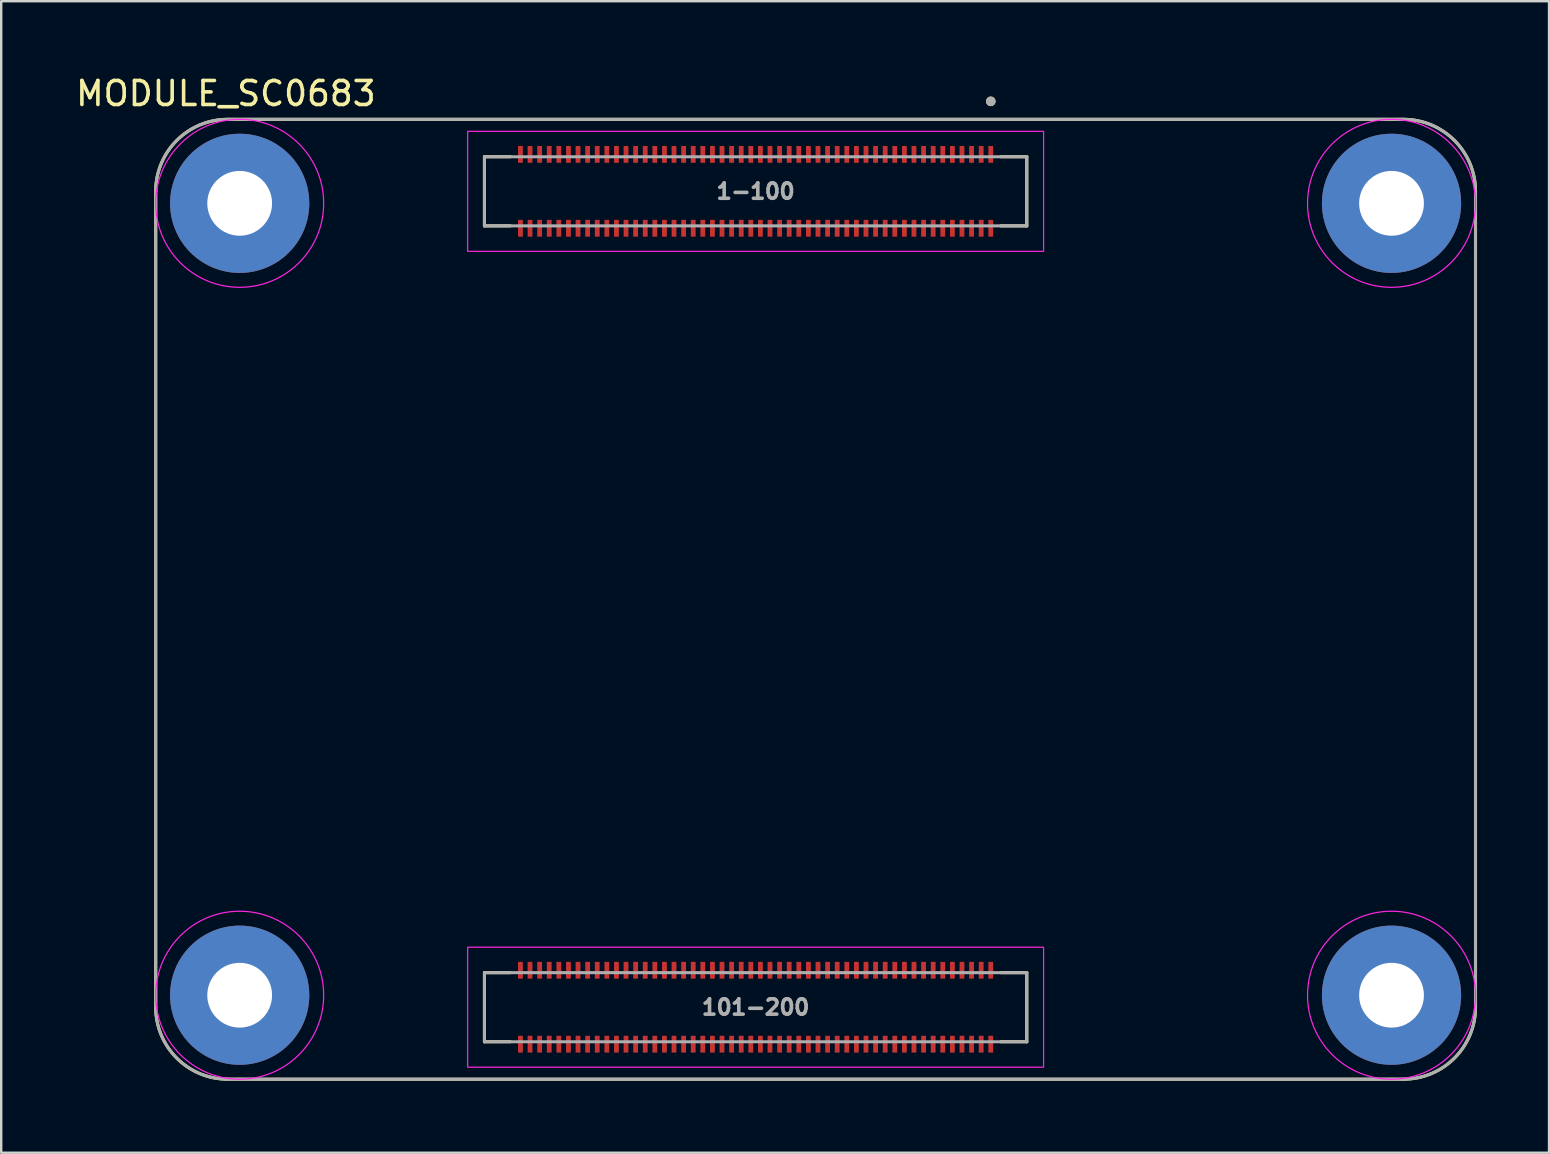
<source format=kicad_pcb>
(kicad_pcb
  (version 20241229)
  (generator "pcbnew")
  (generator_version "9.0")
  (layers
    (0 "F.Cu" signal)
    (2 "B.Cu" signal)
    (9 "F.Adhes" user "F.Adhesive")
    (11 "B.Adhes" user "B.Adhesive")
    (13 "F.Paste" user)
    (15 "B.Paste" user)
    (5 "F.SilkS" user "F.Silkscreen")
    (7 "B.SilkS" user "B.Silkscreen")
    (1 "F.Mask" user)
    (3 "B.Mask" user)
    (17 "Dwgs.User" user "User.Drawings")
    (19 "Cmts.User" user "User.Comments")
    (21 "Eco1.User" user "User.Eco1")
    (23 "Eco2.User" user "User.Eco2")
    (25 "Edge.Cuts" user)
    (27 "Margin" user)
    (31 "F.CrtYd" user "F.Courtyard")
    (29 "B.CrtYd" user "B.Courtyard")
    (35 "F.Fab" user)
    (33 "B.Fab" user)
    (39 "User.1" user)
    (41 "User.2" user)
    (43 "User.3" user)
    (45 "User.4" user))
  (footprint "MODULE_SC0683"
    (layer "F.Cu")
    (at 30.938 21.923)
    (property "Reference" "MODULE_SC0683" (at -24.575 -21.075 0) (layer "F.SilkS") (effects (font (size 1 1) (thickness 0.15))))
    (attr smd)
    (fp_line (start -27.5 -17) (end -27.5 17) (stroke (width 0.127) (type solid)) (layer "F.SilkS"))
    (fp_line (start -24.5 20) (end 24.5 20) (stroke (width 0.127) (type solid)) (layer "F.SilkS"))
    (fp_line (start -13.8 -18.44) (end -13.8 -15.56) (stroke (width 0.127) (type solid)) (layer "F.SilkS"))
    (fp_line (start -13.8 -15.56) (end -12.72 -15.56) (stroke (width 0.127) (type solid)) (layer "F.SilkS"))
    (fp_line (start -13.8 15.56) (end -13.8 18.44) (stroke (width 0.127) (type solid)) (layer "F.SilkS"))
    (fp_line (start -13.8 18.44) (end -12.72 18.44) (stroke (width 0.127) (type solid)) (layer "F.SilkS"))
    (fp_line (start -12.72 -18.44) (end -13.8 -18.44) (stroke (width 0.127) (type solid)) (layer "F.SilkS"))
    (fp_line (start -12.72 15.56) (end -13.8 15.56) (stroke (width 0.127) (type solid)) (layer "F.SilkS"))
    (fp_line (start 7.72 -18.44) (end 8.8 -18.44) (stroke (width 0.127) (type solid)) (layer "F.SilkS"))
    (fp_line (start 7.72 15.56) (end 8.8 15.56) (stroke (width 0.127) (type solid)) (layer "F.SilkS"))
    (fp_line (start 8.8 -18.44) (end 8.8 -15.56) (stroke (width 0.127) (type solid)) (layer "F.SilkS"))
    (fp_line (start 8.8 -15.56) (end 7.72 -15.56) (stroke (width 0.127) (type solid)) (layer "F.SilkS"))
    (fp_line (start 8.8 15.56) (end 8.8 18.44) (stroke (width 0.127) (type solid)) (layer "F.SilkS"))
    (fp_line (start 8.8 18.44) (end 7.72 18.44) (stroke (width 0.127) (type solid)) (layer "F.SilkS"))
    (fp_line (start 24.5 -20) (end -24.5 -20) (stroke (width 0.127) (type solid)) (layer "F.SilkS"))
    (fp_line (start 27.5 17) (end 27.5 -17) (stroke (width 0.127) (type solid)) (layer "F.SilkS"))
    (fp_arc (start -27.5 -17) (mid -26.62132 -19.12132) (end -24.5 -20) (stroke (width 0.127) (type solid)) (layer "F.SilkS"))
    (fp_arc (start -24.5 20) (mid -26.62132 19.12132) (end -27.5 17) (stroke (width 0.127) (type solid)) (layer "F.SilkS"))
    (fp_arc (start 24.5 -20) (mid 26.62132 -19.12132) (end 27.5 -17) (stroke (width 0.127) (type solid)) (layer "F.SilkS"))
    (fp_arc (start 27.5 17) (mid 26.62132 19.12132) (end 24.5 20) (stroke (width 0.127) (type solid)) (layer "F.SilkS"))
    (fp_circle (center 7.3 -20.75) (end 7.4 -20.75) (stroke (width 0.2) (type solid)) (fill no) (layer "F.SilkS"))
    (fp_rect (start -14.5 -19.5) (end 9.5 -14.5) (stroke (width 0.05) (type default)) (fill no) (layer "F.CrtYd"))
    (fp_rect (start -14.5 14.5) (end 9.5 19.5) (stroke (width 0.05) (type default)) (fill no) (layer "F.CrtYd"))
    (fp_circle (center -24 -16.5) (end -20.5 -16.5) (stroke (width 0.05) (type default)) (fill no) (layer "F.CrtYd"))
    (fp_circle (center -24 16.5) (end -20.5 16.5) (stroke (width 0.05) (type default)) (fill no) (layer "F.CrtYd"))
    (fp_circle (center 24 -16.5) (end 27.5 -16.5) (stroke (width 0.05) (type default)) (fill no) (layer "F.CrtYd"))
    (fp_circle (center 24 16.5) (end 27.5 16.5) (stroke (width 0.05) (type default)) (fill no) (layer "F.CrtYd"))
    (fp_line (start -27.5 -17) (end -27.5 17) (stroke (width 0.127) (type solid)) (layer "F.Fab"))
    (fp_line (start -24.5 20) (end 24.5 20) (stroke (width 0.127) (type solid)) (layer "F.Fab"))
    (fp_line (start -13.8 -18.44) (end 8.8 -18.44) (stroke (width 0.127) (type solid)) (layer "F.Fab"))
    (fp_line (start -13.8 -15.56) (end -13.8 -18.44) (stroke (width 0.127) (type solid)) (layer "F.Fab"))
    (fp_line (start -13.8 15.56) (end 8.8 15.56) (stroke (width 0.127) (type solid)) (layer "F.Fab"))
    (fp_line (start -13.8 18.44) (end -13.8 15.56) (stroke (width 0.127) (type solid)) (layer "F.Fab"))
    (fp_line (start 8.8 -18.44) (end 8.8 -15.56) (stroke (width 0.127) (type solid)) (layer "F.Fab"))
    (fp_line (start 8.8 -15.56) (end -13.8 -15.56) (stroke (width 0.127) (type solid)) (layer "F.Fab"))
    (fp_line (start 8.8 15.56) (end 8.8 18.44) (stroke (width 0.127) (type solid)) (layer "F.Fab"))
    (fp_line (start 8.8 18.44) (end -13.8 18.44) (stroke (width 0.127) (type solid)) (layer "F.Fab"))
    (fp_line (start 24.5 -20) (end -24.5 -20) (stroke (width 0.127) (type solid)) (layer "F.Fab"))
    (fp_line (start 27.5 17) (end 27.5 -17) (stroke (width 0.127) (type solid)) (layer "F.Fab"))
    (fp_arc (start -27.5 -17) (mid -26.62132 -19.12132) (end -24.5 -20) (stroke (width 0.127) (type solid)) (layer "F.Fab"))
    (fp_arc (start -24.5 20) (mid -26.62132 19.12132) (end -27.5 17) (stroke (width 0.127) (type solid)) (layer "F.Fab"))
    (fp_arc (start 24.5 -20) (mid 26.62132 -19.12132) (end 27.5 -17) (stroke (width 0.127) (type solid)) (layer "F.Fab"))
    (fp_arc (start 27.5 17) (mid 26.62132 19.12132) (end 24.5 20) (stroke (width 0.127) (type solid)) (layer "F.Fab"))
    (fp_circle (center 7.3 -20.75) (end 7.4 -20.75) (stroke (width 0.2) (type solid)) (fill no) (layer "F.Fab"))
    (fp_text user "101-200" (at -2.5 17 0) (layer "F.Fab") (effects (font (size 0.64 0.64) (thickness 0.15))))
    (fp_text user "1-100" (at -2.5 -17 0) (layer "F.Fab") (effects (font (size 0.64 0.64) (thickness 0.15))))
    (pad "1" smd rect (at 7.3 -18.54) (size 0.2 0.7) (layers "F.Cu" "F.Mask" "F.Paste"))
    (pad "2" smd rect (at 7.3 -15.46) (size 0.2 0.7) (layers "F.Cu" "F.Mask" "F.Paste"))
    (pad "3" smd rect (at 6.9 -18.54) (size 0.2 0.7) (layers "F.Cu" "F.Mask" "F.Paste"))
    (pad "4" smd rect (at 6.9 -15.46) (size 0.2 0.7) (layers "F.Cu" "F.Mask" "F.Paste"))
    (pad "5" smd rect (at 6.5 -18.54) (size 0.2 0.7) (layers "F.Cu" "F.Mask" "F.Paste"))
    (pad "6" smd rect (at 6.5 -15.46) (size 0.2 0.7) (layers "F.Cu" "F.Mask" "F.Paste"))
    (pad "7" smd rect (at 6.1 -18.54) (size 0.2 0.7) (layers "F.Cu" "F.Mask" "F.Paste"))
    (pad "8" smd rect (at 6.1 -15.46) (size 0.2 0.7) (layers "F.Cu" "F.Mask" "F.Paste"))
    (pad "9" smd rect (at 5.7 -18.54) (size 0.2 0.7) (layers "F.Cu" "F.Mask" "F.Paste"))
    (pad "10" smd rect (at 5.7 -15.46) (size 0.2 0.7) (layers "F.Cu" "F.Mask" "F.Paste"))
    (pad "11" smd rect (at 5.3 -18.54) (size 0.2 0.7) (layers "F.Cu" "F.Mask" "F.Paste"))
    (pad "12" smd rect (at 5.3 -15.46) (size 0.2 0.7) (layers "F.Cu" "F.Mask" "F.Paste"))
    (pad "13" smd rect (at 4.9 -18.54) (size 0.2 0.7) (layers "F.Cu" "F.Mask" "F.Paste"))
    (pad "14" smd rect (at 4.9 -15.46) (size 0.2 0.7) (layers "F.Cu" "F.Mask" "F.Paste"))
    (pad "15" smd rect (at 4.5 -18.54) (size 0.2 0.7) (layers "F.Cu" "F.Mask" "F.Paste"))
    (pad "16" smd rect (at 4.5 -15.46) (size 0.2 0.7) (layers "F.Cu" "F.Mask" "F.Paste"))
    (pad "17" smd rect (at 4.1 -18.54) (size 0.2 0.7) (layers "F.Cu" "F.Mask" "F.Paste"))
    (pad "18" smd rect (at 4.1 -15.46) (size 0.2 0.7) (layers "F.Cu" "F.Mask" "F.Paste"))
    (pad "19" smd rect (at 3.7 -18.54) (size 0.2 0.7) (layers "F.Cu" "F.Mask" "F.Paste"))
    (pad "20" smd rect (at 3.7 -15.46) (size 0.2 0.7) (layers "F.Cu" "F.Mask" "F.Paste"))
    (pad "21" smd rect (at 3.3 -18.54) (size 0.2 0.7) (layers "F.Cu" "F.Mask" "F.Paste"))
    (pad "22" smd rect (at 3.3 -15.46) (size 0.2 0.7) (layers "F.Cu" "F.Mask" "F.Paste"))
    (pad "23" smd rect (at 2.9 -18.54) (size 0.2 0.7) (layers "F.Cu" "F.Mask" "F.Paste"))
    (pad "24" smd rect (at 2.9 -15.46) (size 0.2 0.7) (layers "F.Cu" "F.Mask" "F.Paste"))
    (pad "25" smd rect (at 2.5 -18.54) (size 0.2 0.7) (layers "F.Cu" "F.Mask" "F.Paste"))
    (pad "26" smd rect (at 2.5 -15.46) (size 0.2 0.7) (layers "F.Cu" "F.Mask" "F.Paste"))
    (pad "27" smd rect (at 2.1 -18.54) (size 0.2 0.7) (layers "F.Cu" "F.Mask" "F.Paste"))
    (pad "28" smd rect (at 2.1 -15.46) (size 0.2 0.7) (layers "F.Cu" "F.Mask" "F.Paste"))
    (pad "29" smd rect (at 1.7 -18.54) (size 0.2 0.7) (layers "F.Cu" "F.Mask" "F.Paste"))
    (pad "30" smd rect (at 1.7 -15.46) (size 0.2 0.7) (layers "F.Cu" "F.Mask" "F.Paste"))
    (pad "31" smd rect (at 1.3 -18.54) (size 0.2 0.7) (layers "F.Cu" "F.Mask" "F.Paste"))
    (pad "32" smd rect (at 1.3 -15.46) (size 0.2 0.7) (layers "F.Cu" "F.Mask" "F.Paste"))
    (pad "33" smd rect (at 0.9 -18.54) (size 0.2 0.7) (layers "F.Cu" "F.Mask" "F.Paste"))
    (pad "34" smd rect (at 0.9 -15.46) (size 0.2 0.7) (layers "F.Cu" "F.Mask" "F.Paste"))
    (pad "35" smd rect (at 0.5 -18.54) (size 0.2 0.7) (layers "F.Cu" "F.Mask" "F.Paste"))
    (pad "36" smd rect (at 0.5 -15.46) (size 0.2 0.7) (layers "F.Cu" "F.Mask" "F.Paste"))
    (pad "37" smd rect (at 0.1 -18.54) (size 0.2 0.7) (layers "F.Cu" "F.Mask" "F.Paste"))
    (pad "38" smd rect (at 0.1 -15.46) (size 0.2 0.7) (layers "F.Cu" "F.Mask" "F.Paste"))
    (pad "39" smd rect (at -0.3 -18.54) (size 0.2 0.7) (layers "F.Cu" "F.Mask" "F.Paste"))
    (pad "40" smd rect (at -0.3 -15.46) (size 0.2 0.7) (layers "F.Cu" "F.Mask" "F.Paste"))
    (pad "41" smd rect (at -0.7 -18.54) (size 0.2 0.7) (layers "F.Cu" "F.Mask" "F.Paste"))
    (pad "42" smd rect (at -0.7 -15.46) (size 0.2 0.7) (layers "F.Cu" "F.Mask" "F.Paste"))
    (pad "43" smd rect (at -1.1 -18.54) (size 0.2 0.7) (layers "F.Cu" "F.Mask" "F.Paste"))
    (pad "44" smd rect (at -1.1 -15.46) (size 0.2 0.7) (layers "F.Cu" "F.Mask" "F.Paste"))
    (pad "45" smd rect (at -1.5 -18.54) (size 0.2 0.7) (layers "F.Cu" "F.Mask" "F.Paste"))
    (pad "46" smd rect (at -1.5 -15.46) (size 0.2 0.7) (layers "F.Cu" "F.Mask" "F.Paste"))
    (pad "47" smd rect (at -1.9 -18.54) (size 0.2 0.7) (layers "F.Cu" "F.Mask" "F.Paste"))
    (pad "48" smd rect (at -1.9 -15.46) (size 0.2 0.7) (layers "F.Cu" "F.Mask" "F.Paste"))
    (pad "49" smd rect (at -2.3 -18.54) (size 0.2 0.7) (layers "F.Cu" "F.Mask" "F.Paste"))
    (pad "50" smd rect (at -2.3 -15.46) (size 0.2 0.7) (layers "F.Cu" "F.Mask" "F.Paste"))
    (pad "51" smd rect (at -2.7 -18.54) (size 0.2 0.7) (layers "F.Cu" "F.Mask" "F.Paste"))
    (pad "52" smd rect (at -2.7 -15.46) (size 0.2 0.7) (layers "F.Cu" "F.Mask" "F.Paste"))
    (pad "53" smd rect (at -3.1 -18.54) (size 0.2 0.7) (layers "F.Cu" "F.Mask" "F.Paste"))
    (pad "54" smd rect (at -3.1 -15.46) (size 0.2 0.7) (layers "F.Cu" "F.Mask" "F.Paste"))
    (pad "55" smd rect (at -3.5 -18.54) (size 0.2 0.7) (layers "F.Cu" "F.Mask" "F.Paste"))
    (pad "56" smd rect (at -3.5 -15.46) (size 0.2 0.7) (layers "F.Cu" "F.Mask" "F.Paste"))
    (pad "57" smd rect (at -3.9 -18.54) (size 0.2 0.7) (layers "F.Cu" "F.Mask" "F.Paste"))
    (pad "58" smd rect (at -3.9 -15.46) (size 0.2 0.7) (layers "F.Cu" "F.Mask" "F.Paste"))
    (pad "59" smd rect (at -4.3 -18.54) (size 0.2 0.7) (layers "F.Cu" "F.Mask" "F.Paste"))
    (pad "60" smd rect (at -4.3 -15.46) (size 0.2 0.7) (layers "F.Cu" "F.Mask" "F.Paste"))
    (pad "61" smd rect (at -4.7 -18.54) (size 0.2 0.7) (layers "F.Cu" "F.Mask" "F.Paste"))
    (pad "62" smd rect (at -4.7 -15.46) (size 0.2 0.7) (layers "F.Cu" "F.Mask" "F.Paste"))
    (pad "63" smd rect (at -5.1 -18.54) (size 0.2 0.7) (layers "F.Cu" "F.Mask" "F.Paste"))
    (pad "64" smd rect (at -5.1 -15.46) (size 0.2 0.7) (layers "F.Cu" "F.Mask" "F.Paste"))
    (pad "65" smd rect (at -5.5 -18.54) (size 0.2 0.7) (layers "F.Cu" "F.Mask" "F.Paste"))
    (pad "66" smd rect (at -5.5 -15.46) (size 0.2 0.7) (layers "F.Cu" "F.Mask" "F.Paste"))
    (pad "67" smd rect (at -5.9 -18.54) (size 0.2 0.7) (layers "F.Cu" "F.Mask" "F.Paste"))
    (pad "68" smd rect (at -5.9 -15.46) (size 0.2 0.7) (layers "F.Cu" "F.Mask" "F.Paste"))
    (pad "69" smd rect (at -6.3 -18.54) (size 0.2 0.7) (layers "F.Cu" "F.Mask" "F.Paste"))
    (pad "70" smd rect (at -6.3 -15.46) (size 0.2 0.7) (layers "F.Cu" "F.Mask" "F.Paste"))
    (pad "71" smd rect (at -6.7 -18.54) (size 0.2 0.7) (layers "F.Cu" "F.Mask" "F.Paste"))
    (pad "72" smd rect (at -6.7 -15.46) (size 0.2 0.7) (layers "F.Cu" "F.Mask" "F.Paste"))
    (pad "73" smd rect (at -7.1 -18.54) (size 0.2 0.7) (layers "F.Cu" "F.Mask" "F.Paste"))
    (pad "74" smd rect (at -7.1 -15.46) (size 0.2 0.7) (layers "F.Cu" "F.Mask" "F.Paste"))
    (pad "75" smd rect (at -7.5 -18.54) (size 0.2 0.7) (layers "F.Cu" "F.Mask" "F.Paste"))
    (pad "76" smd rect (at -7.5 -15.46) (size 0.2 0.7) (layers "F.Cu" "F.Mask" "F.Paste"))
    (pad "77" smd rect (at -7.9 -18.54) (size 0.2 0.7) (layers "F.Cu" "F.Mask" "F.Paste"))
    (pad "78" smd rect (at -7.9 -15.46) (size 0.2 0.7) (layers "F.Cu" "F.Mask" "F.Paste"))
    (pad "79" smd rect (at -8.3 -18.54) (size 0.2 0.7) (layers "F.Cu" "F.Mask" "F.Paste"))
    (pad "80" smd rect (at -8.3 -15.46) (size 0.2 0.7) (layers "F.Cu" "F.Mask" "F.Paste"))
    (pad "81" smd rect (at -8.7 -18.54) (size 0.2 0.7) (layers "F.Cu" "F.Mask" "F.Paste"))
    (pad "82" smd rect (at -8.7 -15.46) (size 0.2 0.7) (layers "F.Cu" "F.Mask" "F.Paste"))
    (pad "83" smd rect (at -9.1 -18.54) (size 0.2 0.7) (layers "F.Cu" "F.Mask" "F.Paste"))
    (pad "84" smd rect (at -9.1 -15.46) (size 0.2 0.7) (layers "F.Cu" "F.Mask" "F.Paste"))
    (pad "85" smd rect (at -9.5 -18.54) (size 0.2 0.7) (layers "F.Cu" "F.Mask" "F.Paste"))
    (pad "86" smd rect (at -9.5 -15.46) (size 0.2 0.7) (layers "F.Cu" "F.Mask" "F.Paste"))
    (pad "87" smd rect (at -9.9 -18.54) (size 0.2 0.7) (layers "F.Cu" "F.Mask" "F.Paste"))
    (pad "88" smd rect (at -9.9 -15.46) (size 0.2 0.7) (layers "F.Cu" "F.Mask" "F.Paste"))
    (pad "89" smd rect (at -10.3 -18.54) (size 0.2 0.7) (layers "F.Cu" "F.Mask" "F.Paste"))
    (pad "90" smd rect (at -10.3 -15.46) (size 0.2 0.7) (layers "F.Cu" "F.Mask" "F.Paste"))
    (pad "91" smd rect (at -10.7 -18.54) (size 0.2 0.7) (layers "F.Cu" "F.Mask" "F.Paste"))
    (pad "92" smd rect (at -10.7 -15.46) (size 0.2 0.7) (layers "F.Cu" "F.Mask" "F.Paste"))
    (pad "93" smd rect (at -11.1 -18.54) (size 0.2 0.7) (layers "F.Cu" "F.Mask" "F.Paste"))
    (pad "94" smd rect (at -11.1 -15.46) (size 0.2 0.7) (layers "F.Cu" "F.Mask" "F.Paste"))
    (pad "95" smd rect (at -11.5 -18.54) (size 0.2 0.7) (layers "F.Cu" "F.Mask" "F.Paste"))
    (pad "96" smd rect (at -11.5 -15.46) (size 0.2 0.7) (layers "F.Cu" "F.Mask" "F.Paste"))
    (pad "97" smd rect (at -11.9 -18.54) (size 0.2 0.7) (layers "F.Cu" "F.Mask" "F.Paste"))
    (pad "98" smd rect (at -11.9 -15.46) (size 0.2 0.7) (layers "F.Cu" "F.Mask" "F.Paste"))
    (pad "99" smd rect (at -12.3 -18.54) (size 0.2 0.7) (layers "F.Cu" "F.Mask" "F.Paste"))
    (pad "100" smd rect (at -12.3 -15.46) (size 0.2 0.7) (layers "F.Cu" "F.Mask" "F.Paste"))
    (pad "101" smd rect (at 7.3 15.46) (size 0.2 0.7) (layers "F.Cu" "F.Mask" "F.Paste"))
    (pad "102" smd rect (at 7.3 18.54) (size 0.2 0.7) (layers "F.Cu" "F.Mask" "F.Paste"))
    (pad "103" smd rect (at 6.9 15.46) (size 0.2 0.7) (layers "F.Cu" "F.Mask" "F.Paste"))
    (pad "104" smd rect (at 6.9 18.54) (size 0.2 0.7) (layers "F.Cu" "F.Mask" "F.Paste"))
    (pad "105" smd rect (at 6.5 15.46) (size 0.2 0.7) (layers "F.Cu" "F.Mask" "F.Paste"))
    (pad "106" smd rect (at 6.5 18.54) (size 0.2 0.7) (layers "F.Cu" "F.Mask" "F.Paste"))
    (pad "107" smd rect (at 6.1 15.46) (size 0.2 0.7) (layers "F.Cu" "F.Mask" "F.Paste"))
    (pad "108" smd rect (at 6.1 18.54) (size 0.2 0.7) (layers "F.Cu" "F.Mask" "F.Paste"))
    (pad "109" smd rect (at 5.7 15.46) (size 0.2 0.7) (layers "F.Cu" "F.Mask" "F.Paste"))
    (pad "110" smd rect (at 5.7 18.54) (size 0.2 0.7) (layers "F.Cu" "F.Mask" "F.Paste"))
    (pad "111" smd rect (at 5.3 15.46) (size 0.2 0.7) (layers "F.Cu" "F.Mask" "F.Paste"))
    (pad "112" smd rect (at 5.3 18.54) (size 0.2 0.7) (layers "F.Cu" "F.Mask" "F.Paste"))
    (pad "113" smd rect (at 4.9 15.46) (size 0.2 0.7) (layers "F.Cu" "F.Mask" "F.Paste"))
    (pad "114" smd rect (at 4.9 18.54) (size 0.2 0.7) (layers "F.Cu" "F.Mask" "F.Paste"))
    (pad "115" smd rect (at 4.5 15.46) (size 0.2 0.7) (layers "F.Cu" "F.Mask" "F.Paste"))
    (pad "116" smd rect (at 4.5 18.54) (size 0.2 0.7) (layers "F.Cu" "F.Mask" "F.Paste"))
    (pad "117" smd rect (at 4.1 15.46) (size 0.2 0.7) (layers "F.Cu" "F.Mask" "F.Paste"))
    (pad "118" smd rect (at 4.1 18.54) (size 0.2 0.7) (layers "F.Cu" "F.Mask" "F.Paste"))
    (pad "119" smd rect (at 3.7 15.46) (size 0.2 0.7) (layers "F.Cu" "F.Mask" "F.Paste"))
    (pad "120" smd rect (at 3.7 18.54) (size 0.2 0.7) (layers "F.Cu" "F.Mask" "F.Paste"))
    (pad "121" smd rect (at 3.3 15.46) (size 0.2 0.7) (layers "F.Cu" "F.Mask" "F.Paste"))
    (pad "122" smd rect (at 3.3 18.54) (size 0.2 0.7) (layers "F.Cu" "F.Mask" "F.Paste"))
    (pad "123" smd rect (at 2.9 15.46) (size 0.2 0.7) (layers "F.Cu" "F.Mask" "F.Paste"))
    (pad "124" smd rect (at 2.9 18.54) (size 0.2 0.7) (layers "F.Cu" "F.Mask" "F.Paste"))
    (pad "125" smd rect (at 2.5 15.46) (size 0.2 0.7) (layers "F.Cu" "F.Mask" "F.Paste"))
    (pad "126" smd rect (at 2.5 18.54) (size 0.2 0.7) (layers "F.Cu" "F.Mask" "F.Paste"))
    (pad "127" smd rect (at 2.1 15.46) (size 0.2 0.7) (layers "F.Cu" "F.Mask" "F.Paste"))
    (pad "128" smd rect (at 2.1 18.54) (size 0.2 0.7) (layers "F.Cu" "F.Mask" "F.Paste"))
    (pad "129" smd rect (at 1.7 15.46) (size 0.2 0.7) (layers "F.Cu" "F.Mask" "F.Paste"))
    (pad "130" smd rect (at 1.7 18.54) (size 0.2 0.7) (layers "F.Cu" "F.Mask" "F.Paste"))
    (pad "131" smd rect (at 1.3 15.46) (size 0.2 0.7) (layers "F.Cu" "F.Mask" "F.Paste"))
    (pad "132" smd rect (at 1.3 18.54) (size 0.2 0.7) (layers "F.Cu" "F.Mask" "F.Paste"))
    (pad "133" smd rect (at 0.9 15.46) (size 0.2 0.7) (layers "F.Cu" "F.Mask" "F.Paste"))
    (pad "134" smd rect (at 0.9 18.54) (size 0.2 0.7) (layers "F.Cu" "F.Mask" "F.Paste"))
    (pad "135" smd rect (at 0.5 15.46) (size 0.2 0.7) (layers "F.Cu" "F.Mask" "F.Paste"))
    (pad "136" smd rect (at 0.5 18.54) (size 0.2 0.7) (layers "F.Cu" "F.Mask" "F.Paste"))
    (pad "137" smd rect (at 0.1 15.46) (size 0.2 0.7) (layers "F.Cu" "F.Mask" "F.Paste"))
    (pad "138" smd rect (at 0.1 18.54) (size 0.2 0.7) (layers "F.Cu" "F.Mask" "F.Paste"))
    (pad "139" smd rect (at -0.3 15.46) (size 0.2 0.7) (layers "F.Cu" "F.Mask" "F.Paste"))
    (pad "140" smd rect (at -0.3 18.54) (size 0.2 0.7) (layers "F.Cu" "F.Mask" "F.Paste"))
    (pad "141" smd rect (at -0.7 15.46) (size 0.2 0.7) (layers "F.Cu" "F.Mask" "F.Paste"))
    (pad "142" smd rect (at -0.7 18.54) (size 0.2 0.7) (layers "F.Cu" "F.Mask" "F.Paste"))
    (pad "143" smd rect (at -1.1 15.46) (size 0.2 0.7) (layers "F.Cu" "F.Mask" "F.Paste"))
    (pad "144" smd rect (at -1.1 18.54) (size 0.2 0.7) (layers "F.Cu" "F.Mask" "F.Paste"))
    (pad "145" smd rect (at -1.5 15.46) (size 0.2 0.7) (layers "F.Cu" "F.Mask" "F.Paste"))
    (pad "146" smd rect (at -1.5 18.54) (size 0.2 0.7) (layers "F.Cu" "F.Mask" "F.Paste"))
    (pad "147" smd rect (at -1.9 15.46) (size 0.2 0.7) (layers "F.Cu" "F.Mask" "F.Paste"))
    (pad "148" smd rect (at -1.9 18.54) (size 0.2 0.7) (layers "F.Cu" "F.Mask" "F.Paste"))
    (pad "149" smd rect (at -2.3 15.46) (size 0.2 0.7) (layers "F.Cu" "F.Mask" "F.Paste"))
    (pad "150" smd rect (at -2.3 18.54) (size 0.2 0.7) (layers "F.Cu" "F.Mask" "F.Paste"))
    (pad "151" smd rect (at -2.7 15.46) (size 0.2 0.7) (layers "F.Cu" "F.Mask" "F.Paste"))
    (pad "152" smd rect (at -2.7 18.54) (size 0.2 0.7) (layers "F.Cu" "F.Mask" "F.Paste"))
    (pad "153" smd rect (at -3.1 15.46) (size 0.2 0.7) (layers "F.Cu" "F.Mask" "F.Paste"))
    (pad "154" smd rect (at -3.1 18.54) (size 0.2 0.7) (layers "F.Cu" "F.Mask" "F.Paste"))
    (pad "155" smd rect (at -3.5 15.46) (size 0.2 0.7) (layers "F.Cu" "F.Mask" "F.Paste"))
    (pad "156" smd rect (at -3.5 18.54) (size 0.2 0.7) (layers "F.Cu" "F.Mask" "F.Paste"))
    (pad "157" smd rect (at -3.9 15.46) (size 0.2 0.7) (layers "F.Cu" "F.Mask" "F.Paste"))
    (pad "158" smd rect (at -3.9 18.54) (size 0.2 0.7) (layers "F.Cu" "F.Mask" "F.Paste"))
    (pad "159" smd rect (at -4.3 15.46) (size 0.2 0.7) (layers "F.Cu" "F.Mask" "F.Paste"))
    (pad "160" smd rect (at -4.3 18.54) (size 0.2 0.7) (layers "F.Cu" "F.Mask" "F.Paste"))
    (pad "161" smd rect (at -4.7 15.46) (size 0.2 0.7) (layers "F.Cu" "F.Mask" "F.Paste"))
    (pad "162" smd rect (at -4.7 18.54) (size 0.2 0.7) (layers "F.Cu" "F.Mask" "F.Paste"))
    (pad "163" smd rect (at -5.1 15.46) (size 0.2 0.7) (layers "F.Cu" "F.Mask" "F.Paste"))
    (pad "164" smd rect (at -5.1 18.54) (size 0.2 0.7) (layers "F.Cu" "F.Mask" "F.Paste"))
    (pad "165" smd rect (at -5.5 15.46) (size 0.2 0.7) (layers "F.Cu" "F.Mask" "F.Paste"))
    (pad "166" smd rect (at -5.5 18.54) (size 0.2 0.7) (layers "F.Cu" "F.Mask" "F.Paste"))
    (pad "167" smd rect (at -5.9 15.46) (size 0.2 0.7) (layers "F.Cu" "F.Mask" "F.Paste"))
    (pad "168" smd rect (at -5.9 18.54) (size 0.2 0.7) (layers "F.Cu" "F.Mask" "F.Paste"))
    (pad "169" smd rect (at -6.3 15.46) (size 0.2 0.7) (layers "F.Cu" "F.Mask" "F.Paste"))
    (pad "170" smd rect (at -6.3 18.54) (size 0.2 0.7) (layers "F.Cu" "F.Mask" "F.Paste"))
    (pad "171" smd rect (at -6.7 15.46) (size 0.2 0.7) (layers "F.Cu" "F.Mask" "F.Paste"))
    (pad "172" smd rect (at -6.7 18.54) (size 0.2 0.7) (layers "F.Cu" "F.Mask" "F.Paste"))
    (pad "173" smd rect (at -7.1 15.46) (size 0.2 0.7) (layers "F.Cu" "F.Mask" "F.Paste"))
    (pad "174" smd rect (at -7.1 18.54) (size 0.2 0.7) (layers "F.Cu" "F.Mask" "F.Paste"))
    (pad "175" smd rect (at -7.5 15.46) (size 0.2 0.7) (layers "F.Cu" "F.Mask" "F.Paste"))
    (pad "176" smd rect (at -7.5 18.54) (size 0.2 0.7) (layers "F.Cu" "F.Mask" "F.Paste"))
    (pad "177" smd rect (at -7.9 15.46) (size 0.2 0.7) (layers "F.Cu" "F.Mask" "F.Paste"))
    (pad "178" smd rect (at -7.9 18.54) (size 0.2 0.7) (layers "F.Cu" "F.Mask" "F.Paste"))
    (pad "179" smd rect (at -8.3 15.46) (size 0.2 0.7) (layers "F.Cu" "F.Mask" "F.Paste"))
    (pad "180" smd rect (at -8.3 18.54) (size 0.2 0.7) (layers "F.Cu" "F.Mask" "F.Paste"))
    (pad "181" smd rect (at -8.7 15.46) (size 0.2 0.7) (layers "F.Cu" "F.Mask" "F.Paste"))
    (pad "182" smd rect (at -8.7 18.54) (size 0.2 0.7) (layers "F.Cu" "F.Mask" "F.Paste"))
    (pad "183" smd rect (at -9.1 15.46) (size 0.2 0.7) (layers "F.Cu" "F.Mask" "F.Paste"))
    (pad "184" smd rect (at -9.1 18.54) (size 0.2 0.7) (layers "F.Cu" "F.Mask" "F.Paste"))
    (pad "185" smd rect (at -9.5 15.46) (size 0.2 0.7) (layers "F.Cu" "F.Mask" "F.Paste"))
    (pad "186" smd rect (at -9.5 18.54) (size 0.2 0.7) (layers "F.Cu" "F.Mask" "F.Paste"))
    (pad "187" smd rect (at -9.9 15.46) (size 0.2 0.7) (layers "F.Cu" "F.Mask" "F.Paste"))
    (pad "188" smd rect (at -9.9 18.54) (size 0.2 0.7) (layers "F.Cu" "F.Mask" "F.Paste"))
    (pad "189" smd rect (at -10.3 15.46) (size 0.2 0.7) (layers "F.Cu" "F.Mask" "F.Paste"))
    (pad "190" smd rect (at -10.3 18.54) (size 0.2 0.7) (layers "F.Cu" "F.Mask" "F.Paste"))
    (pad "191" smd rect (at -10.7 15.46) (size 0.2 0.7) (layers "F.Cu" "F.Mask" "F.Paste"))
    (pad "192" smd rect (at -10.7 18.54) (size 0.2 0.7) (layers "F.Cu" "F.Mask" "F.Paste"))
    (pad "193" smd rect (at -11.1 15.46) (size 0.2 0.7) (layers "F.Cu" "F.Mask" "F.Paste"))
    (pad "194" smd rect (at -11.1 18.54) (size 0.2 0.7) (layers "F.Cu" "F.Mask" "F.Paste"))
    (pad "195" smd rect (at -11.5 15.46) (size 0.2 0.7) (layers "F.Cu" "F.Mask" "F.Paste"))
    (pad "196" smd rect (at -11.5 18.54) (size 0.2 0.7) (layers "F.Cu" "F.Mask" "F.Paste"))
    (pad "197" smd rect (at -11.9 15.46) (size 0.2 0.7) (layers "F.Cu" "F.Mask" "F.Paste"))
    (pad "198" smd rect (at -11.9 18.54) (size 0.2 0.7) (layers "F.Cu" "F.Mask" "F.Paste"))
    (pad "199" smd rect (at -12.3 15.46) (size 0.2 0.7) (layers "F.Cu" "F.Mask" "F.Paste"))
    (pad "200" smd rect (at -12.3 18.54) (size 0.2 0.7) (layers "F.Cu" "F.Mask" "F.Paste"))
    (pad "SH1" thru_hole circle (at -24 -16.5) (size 5.8 5.8) (drill 2.7) (layers "*.Cu" "*.Mask"))
    (pad "SH2" thru_hole circle (at 24 -16.5) (size 5.8 5.8) (drill 2.7) (layers "*.Cu" "*.Mask"))
    (pad "SH3" thru_hole circle (at -24 16.5) (size 5.8 5.8) (drill 2.7) (layers "*.Cu" "*.Mask"))
    (pad "SH4" thru_hole circle (at 24 16.5) (size 5.8 5.8) (drill 2.7) (layers "*.Cu" "*.Mask")))
  (gr_rect
    (start -3 -3)
    (end 61.502 44.987)
    (stroke (width 0.1) (type default))
    (fill no)
    (layer "Edge.Cuts")))
</source>
